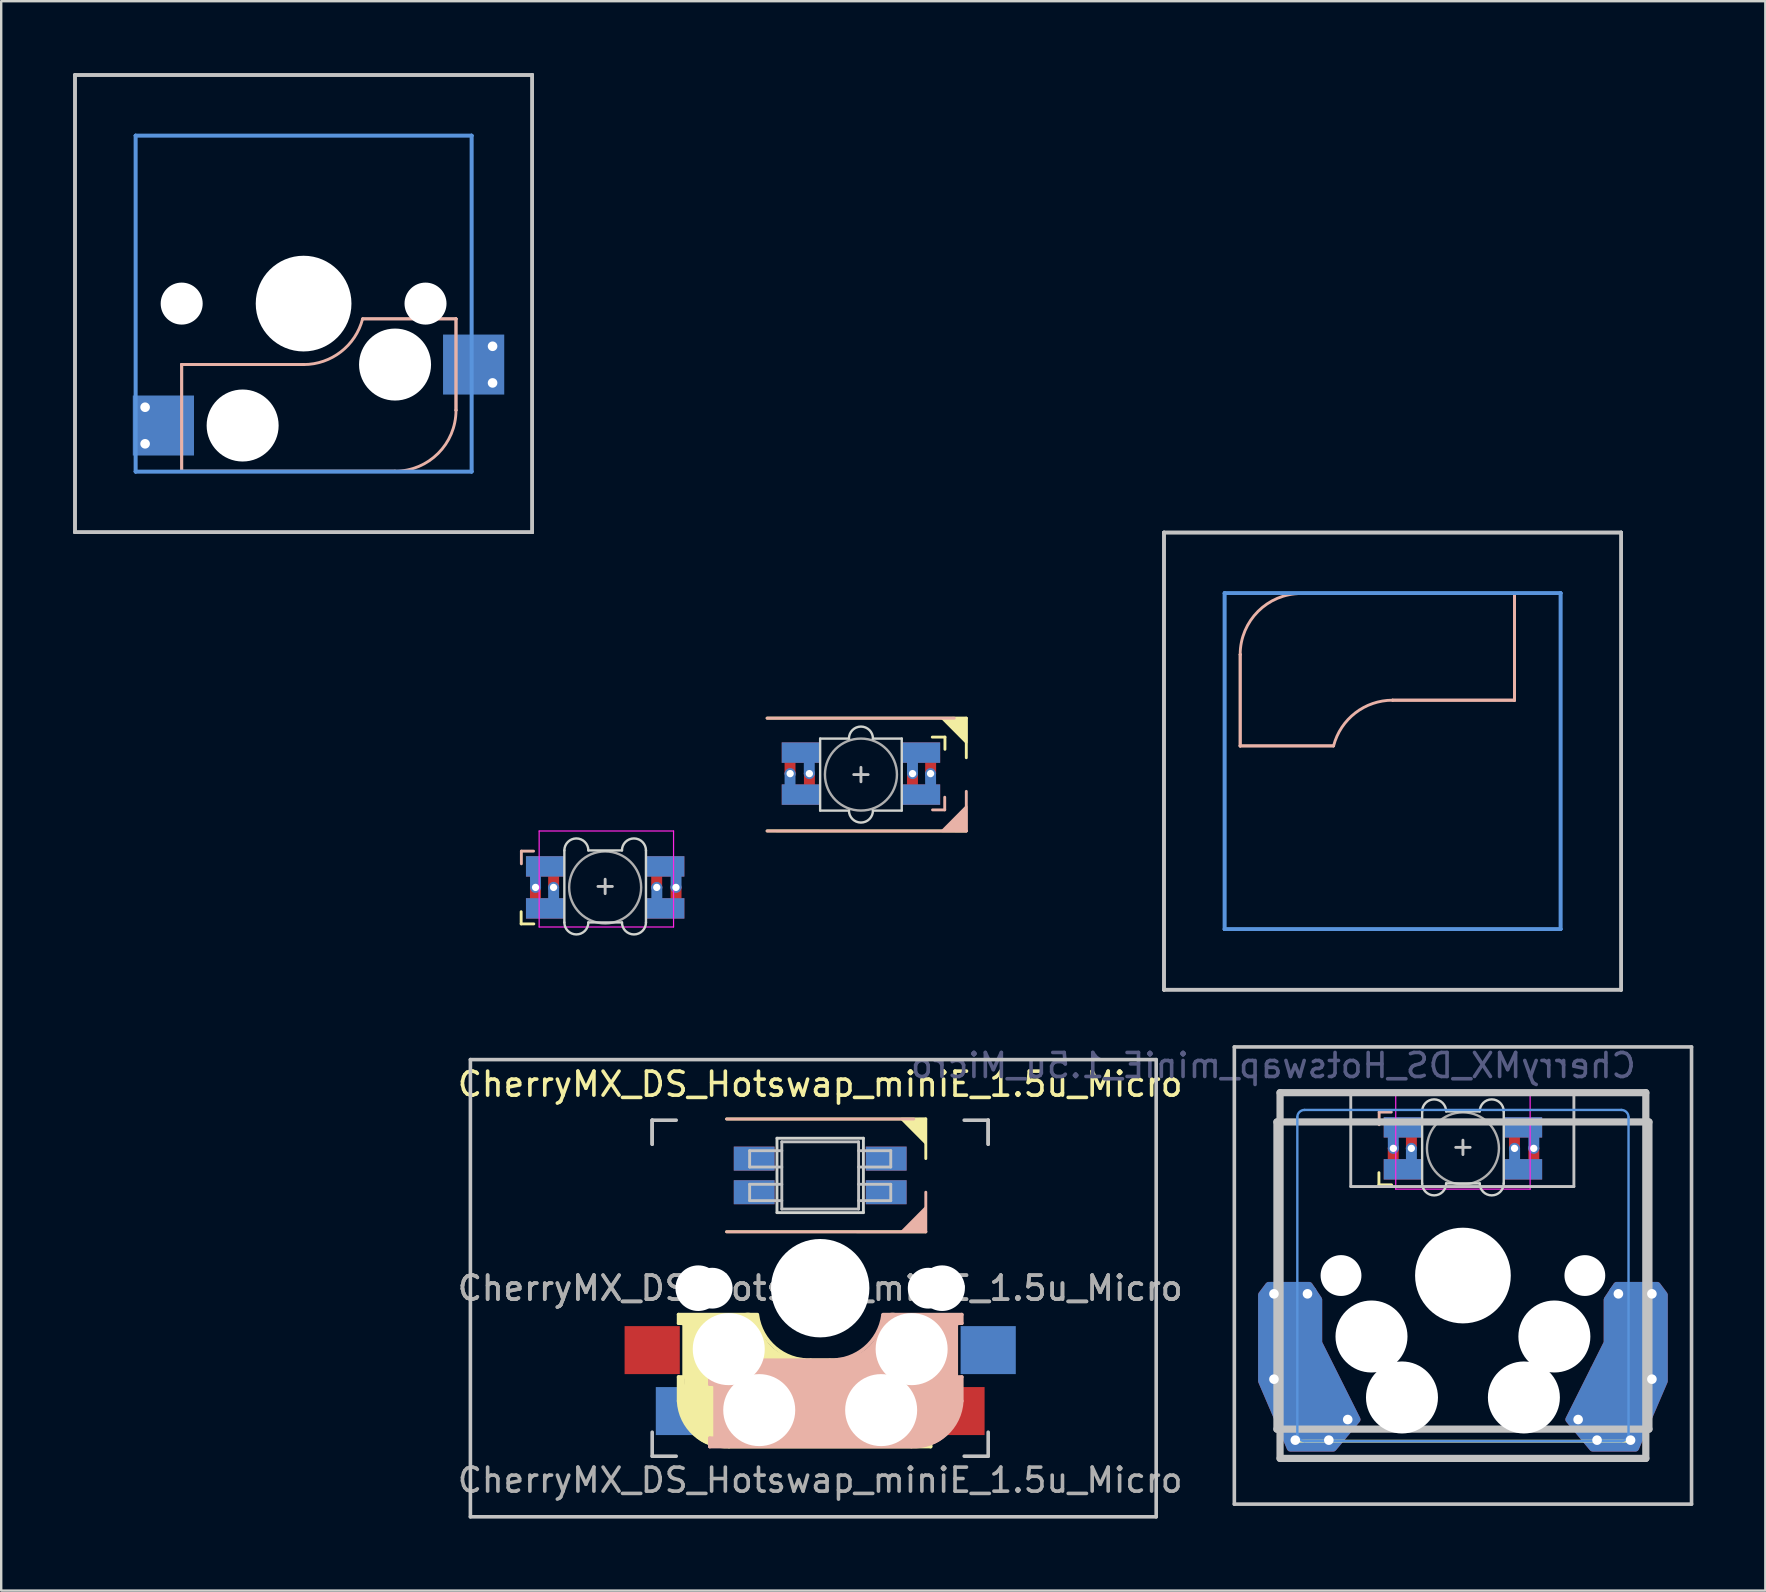
<source format=kicad_pcb>
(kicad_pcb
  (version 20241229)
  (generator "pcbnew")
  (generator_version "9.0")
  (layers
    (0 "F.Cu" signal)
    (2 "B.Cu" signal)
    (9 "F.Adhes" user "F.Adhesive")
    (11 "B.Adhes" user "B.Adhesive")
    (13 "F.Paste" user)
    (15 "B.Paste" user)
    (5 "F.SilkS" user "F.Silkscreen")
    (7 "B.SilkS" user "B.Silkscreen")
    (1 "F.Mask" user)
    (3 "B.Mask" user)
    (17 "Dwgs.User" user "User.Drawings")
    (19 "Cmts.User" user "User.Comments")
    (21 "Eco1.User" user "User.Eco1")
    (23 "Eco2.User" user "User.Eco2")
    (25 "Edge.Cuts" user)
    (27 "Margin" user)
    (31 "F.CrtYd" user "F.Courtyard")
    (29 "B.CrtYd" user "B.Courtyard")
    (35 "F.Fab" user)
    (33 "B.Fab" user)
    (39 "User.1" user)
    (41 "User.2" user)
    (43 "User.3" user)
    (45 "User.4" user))
  (footprint "CherryMX_DS_Hotswap_miniE_1.5u_Micro"
    (layer "F.Cu")
    (at 31.125 50.625)
    (property "Reference" "CherryMX_DS_Hotswap_miniE_1.5u_Micro" (at 0 -8.5 180) (layer "F.SilkS") (effects (font (size 1 1) (thickness 0.15))))
    (attr through_hole)
    (fp_poly (pts (xy -10.71 -17.2) (xy -12.21 -17.2) (xy -12.21 -17.95) (xy -10.71 -17.95)) (stroke (width 0.1) (type solid)) (fill yes) (layer "F.Mask"))
    (fp_poly (pts (xy -5.71 -17.2) (xy -7.21 -17.2) (xy -7.21 -17.95) (xy -5.71 -17.95)) (stroke (width 0.1) (type solid)) (fill yes) (layer "F.Mask"))
    (fp_poly (pts (xy -5.71 -15.45) (xy -7.21 -15.45) (xy -7.21 -16.2) (xy -5.71 -16.2)) (stroke (width 0.1) (type solid)) (fill yes) (layer "F.Mask"))
    (fp_poly (pts (xy -1.552 -22.691) (xy -0.052 -22.691) (xy -0.052 -21.941) (xy -1.552 -21.941)) (stroke (width 0.1) (type solid)) (fill yes) (layer "F.Mask"))
    (fp_poly (pts (xy -1.552 -20.941) (xy -0.052 -20.941) (xy -0.052 -20.191) (xy -1.552 -20.191)) (stroke (width 0.1) (type solid)) (fill yes) (layer "F.Mask"))
    (fp_poly (pts (xy 3.448 -20.941) (xy 4.948 -20.941) (xy 4.948 -20.191) (xy 3.448 -20.191)) (stroke (width 0.1) (type solid)) (fill yes) (layer "F.Mask"))
    (fp_poly (pts (xy 25.031 -6.327) (xy 23.531 -6.327) (xy 23.531 -7.077) (xy 25.031 -7.077)) (stroke (width 0.1) (type solid)) (fill yes) (layer "F.Mask"))
    (fp_poly (pts (xy 30.031 -6.327) (xy 28.531 -6.327) (xy 28.531 -7.077) (xy 30.031 -7.077)) (stroke (width 0.1) (type solid)) (fill yes) (layer "F.Mask"))
    (fp_poly (pts (xy 30.031 -4.577) (xy 28.531 -4.577) (xy 28.531 -5.327) (xy 30.031 -5.327)) (stroke (width 0.1) (type solid)) (fill yes) (layer "F.Mask"))
    (fp_poly (pts (xy -10.71 -15.45) (xy -11.81 -15.45) (xy -12.21 -15.85) (xy -12.21 -16.2) (xy -10.71 -16.2)) (stroke (width 0.1) (type solid)) (fill yes) (layer "F.Mask"))
    (fp_poly (pts (xy 3.448 -22.691) (xy 4.548 -22.691) (xy 4.948 -22.291) (xy 4.948 -21.941) (xy 3.448 -21.941)) (stroke (width 0.1) (type solid)) (fill yes) (layer "F.Mask"))
    (fp_poly (pts (xy 25.031 -4.577) (xy 23.931 -4.577) (xy 23.531 -4.977) (xy 23.531 -5.327) (xy 25.031 -5.327)) (stroke (width 0.1) (type solid)) (fill yes) (layer "F.Mask"))
    (fp_poly (pts (xy -10.71 -15.45) (xy -12.21 -15.45) (xy -12.21 -16.2) (xy -10.71 -16.2)) (stroke (width 0.1) (type solid)) (fill yes) (layer "B.Mask"))
    (fp_poly (pts (xy -5.71 -17.2) (xy -7.21 -17.2) (xy -7.21 -17.95) (xy -5.71 -17.95)) (stroke (width 0.1) (type solid)) (fill yes) (layer "B.Mask"))
    (fp_poly (pts (xy -5.71 -15.45) (xy -7.21 -15.45) (xy -7.21 -16.2) (xy -5.71 -16.2)) (stroke (width 0.1) (type solid)) (fill yes) (layer "B.Mask"))
    (fp_poly (pts (xy -1.552 -22.691) (xy -0.052 -22.691) (xy -0.052 -21.941) (xy -1.552 -21.941)) (stroke (width 0.1) (type solid)) (fill yes) (layer "B.Mask"))
    (fp_poly (pts (xy -1.552 -20.941) (xy -0.052 -20.941) (xy -0.052 -20.191) (xy -1.552 -20.191)) (stroke (width 0.1) (type solid)) (fill yes) (layer "B.Mask"))
    (fp_poly (pts (xy 3.448 -22.691) (xy 4.948 -22.691) (xy 4.948 -21.941) (xy 3.448 -21.941)) (stroke (width 0.1) (type solid)) (fill yes) (layer "B.Mask"))
    (fp_poly (pts (xy 25.031 -4.577) (xy 23.531 -4.577) (xy 23.531 -5.327) (xy 25.031 -5.327)) (stroke (width 0.1) (type solid)) (fill yes) (layer "B.Mask"))
    (fp_poly (pts (xy 30.031 -6.327) (xy 28.531 -6.327) (xy 28.531 -7.077) (xy 30.031 -7.077)) (stroke (width 0.1) (type solid)) (fill yes) (layer "B.Mask"))
    (fp_poly (pts (xy 30.031 -4.577) (xy 28.531 -4.577) (xy 28.531 -5.327) (xy 30.031 -5.327)) (stroke (width 0.1) (type solid)) (fill yes) (layer "B.Mask"))
    (fp_poly (pts (xy -10.71 -17.2) (xy -12.21 -17.2) (xy -12.21 -17.525) (xy -11.81 -17.95) (xy -10.71 -17.95)) (stroke (width 0.1) (type solid)) (fill yes) (layer "B.Mask"))
    (fp_poly (pts (xy 3.448 -20.941) (xy 4.948 -20.941) (xy 4.948 -20.616) (xy 4.548 -20.191) (xy 3.448 -20.191)) (stroke (width 0.1) (type solid)) (fill yes) (layer "B.Mask"))
    (fp_poly (pts (xy 25.031 -6.327) (xy 23.531 -6.327) (xy 23.531 -6.652) (xy 23.931 -7.077) (xy 25.031 -7.077)) (stroke (width 0.1) (type solid)) (fill yes) (layer "B.Mask"))
    (fp_line (start -12.46 -15.687) (end -12.46 -15.179) (stroke (width 0.12) (type solid)) (layer "F.SilkS"))
    (fp_line (start -12.46 -15.179) (end -11.932 -15.179) (stroke (width 0.12) (type solid)) (layer "F.SilkS"))
    (fp_line (start -5.9 1.1) (end -5.9 1.46) (stroke (width 0.15) (type solid)) (layer "F.SilkS"))
    (fp_line (start -5.9 1.1) (end -2.62 1.1) (stroke (width 0.15) (type solid)) (layer "F.SilkS"))
    (fp_line (start -5.9 3.7) (end -5.7 3.7) (stroke (width 0.15) (type solid)) (layer "F.SilkS"))
    (fp_line (start -5.9 4.7) (end -5.9 3.7) (stroke (width 0.15) (type solid)) (layer "F.SilkS"))
    (fp_line (start -5.8 3.8) (end -5.8 4.7) (stroke (width 0.3) (type solid)) (layer "F.SilkS"))
    (fp_line (start -5.7 1.3) (end -3 1.3) (stroke (width 0.5) (type solid)) (layer "F.SilkS"))
    (fp_line (start -5.7 1.46) (end -5.9 1.46) (stroke (width 0.15) (type solid)) (layer "F.SilkS"))
    (fp_line (start -5.67 3.7) (end -5.67 1.46) (stroke (width 0.15) (type solid)) (layer "F.SilkS"))
    (fp_line (start -5.3 1.6) (end -5.3 3.4) (stroke (width 0.8) (type solid)) (layer "F.SilkS"))
    (fp_line (start -4.17 5.1) (end -4.17 2.86) (stroke (width 3) (type solid)) (layer "F.SilkS"))
    (fp_line (start -3.9 -7.052) (end 4.4 -7.052) (stroke (width 0.12) (type solid)) (layer "F.SilkS"))
    (fp_line (start -2.212 -23.753) (end 6.088 -23.753) (stroke (width 0.12) (type solid)) (layer "F.SilkS"))
    (fp_line (start -0.4 3) (end 4.6 3) (stroke (width 0.15) (type solid)) (layer "F.SilkS"))
    (fp_line (start 2.6 4.8) (end -4.1 4.8) (stroke (width 3.5) (type solid)) (layer "F.SilkS"))
    (fp_line (start 3.9 6) (end 3.9 3.5) (stroke (width 1) (type solid)) (layer "F.SilkS"))
    (fp_line (start 4.3 3.3) (end 2.9 3.3) (stroke (width 0.5) (type solid)) (layer "F.SilkS"))
    (fp_line (start 4.38 4) (end 4.38 6.25) (stroke (width 0.15) (type solid)) (layer "F.SilkS"))
    (fp_line (start 4.4 -7.052) (end 4.4 -5.401) (stroke (width 0.12) (type solid)) (layer "F.SilkS"))
    (fp_line (start 4.4 -2.349) (end -3.9 -2.352) (stroke (width 0.12) (type solid)) (layer "F.SilkS"))
    (fp_line (start 4.4 3.9) (end 4.4 3.2) (stroke (width 0.4) (type solid)) (layer "F.SilkS"))
    (fp_line (start 4.4 6.25) (end 4.6 6.25) (stroke (width 0.15) (type solid)) (layer "F.SilkS"))
    (fp_line (start 4.4 6.4) (end 3 6.4) (stroke (width 0.4) (type solid)) (layer "F.SilkS"))
    (fp_line (start 4.6 3) (end 4.6 4) (stroke (width 0.15) (type solid)) (layer "F.SilkS"))
    (fp_line (start 4.6 4) (end 4.4 4) (stroke (width 0.15) (type solid)) (layer "F.SilkS"))
    (fp_line (start 4.6 6.25) (end 4.6 6.6) (stroke (width 0.15) (type solid)) (layer "F.SilkS"))
    (fp_line (start 4.6 6.6) (end -3.8 6.6) (stroke (width 0.15) (type solid)) (layer "F.SilkS"))
    (fp_line (start 5.198 -22.962) (end 4.67 -22.962) (stroke (width 0.12) (type solid)) (layer "F.SilkS"))
    (fp_line (start 5.198 -22.454) (end 5.198 -22.962) (stroke (width 0.12) (type solid)) (layer "F.SilkS"))
    (fp_line (start 6.088 -23.753) (end 6.088 -22.102) (stroke (width 0.12) (type solid)) (layer "F.SilkS"))
    (fp_line (start 6.088 -19.05) (end -2.212 -19.053) (stroke (width 0.12) (type solid)) (layer "F.SilkS"))
    (fp_line (start 19.881 6.373) (end 33.681 6.373) (stroke (width 0.12) (type solid)) (layer "F.SilkS"))
    (fp_line (start 23.281 -4.814) (end 23.281 -4.306) (stroke (width 0.12) (type solid)) (layer "F.SilkS"))
    (fp_line (start 23.281 -4.306) (end 23.808 -4.306) (stroke (width 0.12) (type solid)) (layer "F.SilkS"))
    (fp_arc (start -3.8 6.600001) (mid -5.243504 6.084925) (end -5.900001 4.7) (stroke (width 0.15) (type solid)) (layer "F.SilkS"))
    (fp_arc (start -0.8 3.4) (mid -2.268709 2.886118) (end -3.016318 1.521471) (stroke (width 1) (type solid)) (layer "F.SilkS"))
    (fp_arc (start -0.4 3) (mid -1.868709 2.486118) (end -2.616318 1.121471) (stroke (width 0.15) (type solid)) (layer "F.SilkS"))
    (fp_poly (pts (xy 3.392 -7.049) (xy 4.4 -7.052) (xy 4.4 -6.036)) (stroke (width 0.1) (type solid)) (fill yes) (layer "F.SilkS"))
    (fp_poly (pts (xy 5.08 -23.75) (xy 6.088 -23.753) (xy 6.088 -22.737)) (stroke (width 0.1) (type solid)) (fill yes) (layer "F.SilkS"))
    (fp_line (start -26.605 -38.485) (end -26.605 -38.485) (stroke (width 0.12) (type solid)) (layer "B.SilkS"))
    (fp_line (start -26.605 -38.485) (end -26.605 -38.485) (stroke (width 0.12) (type solid)) (layer "B.SilkS"))
    (fp_line (start -26.605 -38.485) (end -26.605 -34.04) (stroke (width 0.12) (type solid)) (layer "B.SilkS"))
    (fp_line (start -26.605 -38.485) (end -21.525 -38.485) (stroke (width 0.12) (type solid)) (layer "B.SilkS"))
    (fp_line (start -26.605 -34.04) (end -26.605 -38.485) (stroke (width 0.12) (type solid)) (layer "B.SilkS"))
    (fp_line (start -26.605 -34.04) (end -26.605 -34.04) (stroke (width 0.12) (type solid)) (layer "B.SilkS"))
    (fp_line (start -26.605 -34.04) (end -26.605 -34.04) (stroke (width 0.12) (type solid)) (layer "B.SilkS"))
    (fp_line (start -26.605 -34.04) (end -17.715 -34.04) (stroke (width 0.12) (type solid)) (layer "B.SilkS"))
    (fp_line (start -21.525 -38.485) (end -26.605 -38.485) (stroke (width 0.12) (type solid)) (layer "B.SilkS"))
    (fp_line (start -21.525 -38.485) (end -21.525 -38.485) (stroke (width 0.12) (type solid)) (layer "B.SilkS"))
    (fp_line (start -19.061 -40.39) (end -19.061 -40.39) (stroke (width 0.12) (type solid)) (layer "B.SilkS"))
    (fp_line (start -19.061 -40.39) (end -15.175 -40.39) (stroke (width 0.12) (type solid)) (layer "B.SilkS"))
    (fp_line (start -17.715 -34.04) (end -26.605 -34.04) (stroke (width 0.12) (type solid)) (layer "B.SilkS"))
    (fp_line (start -17.715 -34.04) (end -17.715 -34.04) (stroke (width 0.12) (type solid)) (layer "B.SilkS"))
    (fp_line (start -15.175 -40.39) (end -19.061 -40.39) (stroke (width 0.12) (type solid)) (layer "B.SilkS"))
    (fp_line (start -15.175 -40.39) (end -15.175 -40.39) (stroke (width 0.12) (type solid)) (layer "B.SilkS"))
    (fp_line (start -15.175 -40.39) (end -15.175 -40.39) (stroke (width 0.12) (type solid)) (layer "B.SilkS"))
    (fp_line (start -15.175 -40.39) (end -15.175 -36.58) (stroke (width 0.12) (type solid)) (layer "B.SilkS"))
    (fp_line (start -15.175 -36.58) (end -15.175 -40.39) (stroke (width 0.12) (type solid)) (layer "B.SilkS"))
    (fp_line (start -15.175 -36.58) (end -15.175 -36.58) (stroke (width 0.12) (type solid)) (layer "B.SilkS"))
    (fp_line (start -12.451 -18.211) (end -12.451 -17.683) (stroke (width 0.12) (type solid)) (layer "B.SilkS"))
    (fp_line (start -11.943 -18.211) (end -12.451 -18.211) (stroke (width 0.12) (type solid)) (layer "B.SilkS"))
    (fp_line (start -4.6 3) (end -4.6 4) (stroke (width 0.15) (type solid)) (layer "B.SilkS"))
    (fp_line (start -4.6 4) (end -4.4 4) (stroke (width 0.15) (type solid)) (layer "B.SilkS"))
    (fp_line (start -4.6 6.25) (end -4.6 6.6) (stroke (width 0.15) (type solid)) (layer "B.SilkS"))
    (fp_line (start -4.6 6.6) (end 3.8 6.6) (stroke (width 0.15) (type solid)) (layer "B.SilkS"))
    (fp_line (start -4.4 3.9) (end -4.4 3.2) (stroke (width 0.4) (type solid)) (layer "B.SilkS"))
    (fp_line (start -4.4 6.25) (end -4.6 6.25) (stroke (width 0.15) (type solid)) (layer "B.SilkS"))
    (fp_line (start -4.4 6.4) (end -3 6.4) (stroke (width 0.4) (type solid)) (layer "B.SilkS"))
    (fp_line (start -4.38 4) (end -4.38 6.25) (stroke (width 0.15) (type solid)) (layer "B.SilkS"))
    (fp_line (start -4.3 3.3) (end -2.9 3.3) (stroke (width 0.5) (type solid)) (layer "B.SilkS"))
    (fp_line (start -3.9 -2.349) (end 4.4 -2.349) (stroke (width 0.12) (type solid)) (layer "B.SilkS"))
    (fp_line (start -3.9 6) (end -3.9 3.5) (stroke (width 1) (type solid)) (layer "B.SilkS"))
    (fp_line (start -2.6 4.8) (end 4.1 4.8) (stroke (width 3.5) (type solid)) (layer "B.SilkS"))
    (fp_line (start -2.212 -19.05) (end 6.088 -19.05) (stroke (width 0.12) (type solid)) (layer "B.SilkS"))
    (fp_line (start 0.4 3) (end -4.6 3) (stroke (width 0.15) (type solid)) (layer "B.SilkS"))
    (fp_line (start 3.9 -7.049) (end -3.9 -7.049) (stroke (width 0.12) (type solid)) (layer "B.SilkS"))
    (fp_line (start 4.17 5.1) (end 4.17 2.86) (stroke (width 3) (type solid)) (layer "B.SilkS"))
    (fp_line (start 4.4 -2.349) (end 4.4 -4) (stroke (width 0.12) (type solid)) (layer "B.SilkS"))
    (fp_line (start 4.681 -19.93) (end 5.189 -19.93) (stroke (width 0.12) (type solid)) (layer "B.SilkS"))
    (fp_line (start 5.189 -19.93) (end 5.189 -20.458) (stroke (width 0.12) (type solid)) (layer "B.SilkS"))
    (fp_line (start 5.3 1.6) (end 5.3 3.4) (stroke (width 0.8) (type solid)) (layer "B.SilkS"))
    (fp_line (start 5.588 -23.75) (end -2.212 -23.75) (stroke (width 0.12) (type solid)) (layer "B.SilkS"))
    (fp_line (start 5.67 3.7) (end 5.67 1.46) (stroke (width 0.15) (type solid)) (layer "B.SilkS"))
    (fp_line (start 5.7 1.3) (end 3 1.3) (stroke (width 0.5) (type solid)) (layer "B.SilkS"))
    (fp_line (start 5.7 1.46) (end 5.9 1.46) (stroke (width 0.15) (type solid)) (layer "B.SilkS"))
    (fp_line (start 5.8 3.8) (end 5.8 4.7) (stroke (width 0.3) (type solid)) (layer "B.SilkS"))
    (fp_line (start 5.9 1.1) (end 2.62 1.1) (stroke (width 0.15) (type solid)) (layer "B.SilkS"))
    (fp_line (start 5.9 1.1) (end 5.9 1.46) (stroke (width 0.15) (type solid)) (layer "B.SilkS"))
    (fp_line (start 5.9 3.7) (end 5.7 3.7) (stroke (width 0.15) (type solid)) (layer "B.SilkS"))
    (fp_line (start 5.9 4.7) (end 5.9 3.7) (stroke (width 0.15) (type solid)) (layer "B.SilkS"))
    (fp_line (start 6.088 -19.05) (end 6.088 -20.701) (stroke (width 0.12) (type solid)) (layer "B.SilkS"))
    (fp_line (start 17.5 -26.405) (end 17.5 -26.405) (stroke (width 0.12) (type solid)) (layer "B.SilkS"))
    (fp_line (start 17.5 -26.405) (end 17.5 -22.595) (stroke (width 0.12) (type solid)) (layer "B.SilkS"))
    (fp_line (start 17.5 -22.595) (end 17.5 -26.405) (stroke (width 0.12) (type solid)) (layer "B.SilkS"))
    (fp_line (start 17.5 -22.595) (end 17.5 -22.595) (stroke (width 0.12) (type solid)) (layer "B.SilkS"))
    (fp_line (start 17.5 -22.595) (end 17.5 -22.595) (stroke (width 0.12) (type solid)) (layer "B.SilkS"))
    (fp_line (start 17.5 -22.595) (end 21.386 -22.595) (stroke (width 0.12) (type solid)) (layer "B.SilkS"))
    (fp_line (start 20.04 -28.945) (end 20.04 -28.945) (stroke (width 0.12) (type solid)) (layer "B.SilkS"))
    (fp_line (start 20.04 -28.945) (end 28.93 -28.945) (stroke (width 0.12) (type solid)) (layer "B.SilkS"))
    (fp_line (start 21.386 -22.595) (end 17.5 -22.595) (stroke (width 0.12) (type solid)) (layer "B.SilkS"))
    (fp_line (start 21.386 -22.595) (end 21.386 -22.595) (stroke (width 0.12) (type solid)) (layer "B.SilkS"))
    (fp_line (start 23.29 -7.338) (end 23.29 -6.811) (stroke (width 0.12) (type solid)) (layer "B.SilkS"))
    (fp_line (start 23.798 -7.338) (end 23.29 -7.338) (stroke (width 0.12) (type solid)) (layer "B.SilkS"))
    (fp_line (start 23.85 -24.5) (end 23.85 -24.5) (stroke (width 0.12) (type solid)) (layer "B.SilkS"))
    (fp_line (start 23.85 -24.5) (end 28.93 -24.5) (stroke (width 0.12) (type solid)) (layer "B.SilkS"))
    (fp_line (start 28.93 -28.945) (end 20.04 -28.945) (stroke (width 0.12) (type solid)) (layer "B.SilkS"))
    (fp_line (start 28.93 -28.945) (end 28.93 -28.945) (stroke (width 0.12) (type solid)) (layer "B.SilkS"))
    (fp_line (start 28.93 -28.945) (end 28.93 -28.945) (stroke (width 0.12) (type solid)) (layer "B.SilkS"))
    (fp_line (start 28.93 -28.945) (end 28.93 -24.5) (stroke (width 0.12) (type solid)) (layer "B.SilkS"))
    (fp_line (start 28.93 -24.5) (end 23.85 -24.5) (stroke (width 0.12) (type solid)) (layer "B.SilkS"))
    (fp_line (start 28.93 -24.5) (end 28.93 -28.945) (stroke (width 0.12) (type solid)) (layer "B.SilkS"))
    (fp_line (start 28.93 -24.5) (end 28.93 -24.5) (stroke (width 0.12) (type solid)) (layer "B.SilkS"))
    (fp_line (start 28.93 -24.5) (end 28.93 -24.5) (stroke (width 0.12) (type solid)) (layer "B.SilkS"))
    (fp_arc (start -19.067019 -40.384744) (mid -19.971721 -39.015293) (end -21.525 -38.485) (stroke (width 0.12) (type solid)) (layer "B.SilkS"))
    (fp_arc (start -15.175 -36.58) (mid -15.918949 -34.783949) (end -17.715 -34.04) (stroke (width 0.12) (type solid)) (layer "B.SilkS"))
    (fp_arc (start 2.616318 1.121471) (mid 1.868709 2.486118) (end 0.4 3) (stroke (width 0.15) (type solid)) (layer "B.SilkS"))
    (fp_arc (start 3.016318 1.521471) (mid 2.268709 2.886118) (end 0.8 3.4) (stroke (width 1) (type solid)) (layer "B.SilkS"))
    (fp_arc (start 5.9 4.699999) (mid 5.243504 6.084924) (end 3.800001 6.6) (stroke (width 0.15) (type solid)) (layer "B.SilkS"))
    (fp_arc (start 17.5 -26.405) (mid 18.243949 -28.201051) (end 20.04 -28.945) (stroke (width 0.12) (type solid)) (layer "B.SilkS"))
    (fp_arc (start 21.392019 -22.600256) (mid 22.296721 -23.969707) (end 23.85 -24.5) (stroke (width 0.12) (type solid)) (layer "B.SilkS"))
    (fp_poly (pts (xy 4.4 -3.365) (xy 4.4 -2.349) (xy 3.392 -2.349)) (stroke (width 0.1) (type solid)) (fill yes) (layer "B.SilkS"))
    (fp_poly (pts (xy 6.088 -20.066) (xy 6.088 -19.05) (xy 5.08 -19.05)) (stroke (width 0.1) (type solid)) (fill yes) (layer "B.SilkS"))
    (fp_line (start -31.05 -50.55) (end -31.05 -50.55) (stroke (width 0.15) (type solid)) (layer "Dwgs.User"))
    (fp_line (start -31.05 -50.55) (end -31.05 -50.55) (stroke (width 0.15) (type solid)) (layer "Dwgs.User"))
    (fp_line (start -31.05 -50.55) (end -31.05 -31.5) (stroke (width 0.15) (type solid)) (layer "Dwgs.User"))
    (fp_line (start -31.05 -50.55) (end -12 -50.55) (stroke (width 0.15) (type solid)) (layer "Dwgs.User"))
    (fp_line (start -31.05 -31.5) (end -31.05 -50.55) (stroke (width 0.15) (type solid)) (layer "Dwgs.User"))
    (fp_line (start -31.05 -31.5) (end -31.05 -31.5) (stroke (width 0.15) (type solid)) (layer "Dwgs.User"))
    (fp_line (start -31.05 -31.5) (end -31.05 -31.5) (stroke (width 0.15) (type solid)) (layer "Dwgs.User"))
    (fp_line (start -31.05 -31.5) (end -12 -31.5) (stroke (width 0.15) (type solid)) (layer "Dwgs.User"))
    (fp_line (start -14.575 -9.525) (end 14 -9.525) (stroke (width 0.15) (type solid)) (layer "Dwgs.User"))
    (fp_line (start -14.575 9.525) (end -14.575 -9.525) (stroke (width 0.15) (type solid)) (layer "Dwgs.User"))
    (fp_line (start -12 -50.55) (end -31.05 -50.55) (stroke (width 0.15) (type solid)) (layer "Dwgs.User"))
    (fp_line (start -12 -50.55) (end -12 -50.55) (stroke (width 0.15) (type solid)) (layer "Dwgs.User"))
    (fp_line (start -12 -50.55) (end -12 -50.55) (stroke (width 0.15) (type solid)) (layer "Dwgs.User"))
    (fp_line (start -12 -50.55) (end -12 -31.5) (stroke (width 0.15) (type solid)) (layer "Dwgs.User"))
    (fp_line (start -12 -31.5) (end -31.05 -31.5) (stroke (width 0.15) (type solid)) (layer "Dwgs.User"))
    (fp_line (start -12 -31.5) (end -12 -50.55) (stroke (width 0.15) (type solid)) (layer "Dwgs.User"))
    (fp_line (start -12 -31.5) (end -12 -31.5) (stroke (width 0.15) (type solid)) (layer "Dwgs.User"))
    (fp_line (start -12 -31.5) (end -12 -31.5) (stroke (width 0.15) (type solid)) (layer "Dwgs.User"))
    (fp_line (start -8.96 -17.04) (end -8.96 -16.44) (stroke (width 0.12) (type solid)) (layer "Dwgs.User"))
    (fp_line (start -8.66 -16.74) (end -9.26 -16.74) (stroke (width 0.12) (type solid)) (layer "Dwgs.User"))
    (fp_line (start -7 -7) (end -7 -6) (stroke (width 0.15) (type solid)) (layer "Dwgs.User"))
    (fp_line (start -7 -7) (end -6 -7) (stroke (width 0.15) (type solid)) (layer "Dwgs.User"))
    (fp_line (start -7 -6) (end -7 -7) (stroke (width 0.15) (type solid)) (layer "Dwgs.User"))
    (fp_line (start -7 7) (end -7 6) (stroke (width 0.15) (type solid)) (layer "Dwgs.User"))
    (fp_line (start -7 7) (end -6 7) (stroke (width 0.15) (type solid)) (layer "Dwgs.User"))
    (fp_line (start -2.94 -5.729) (end -2.94 -5.049) (stroke (width 0.12) (type solid)) (layer "Dwgs.User"))
    (fp_line (start -2.94 -5.049) (end -1.6 -5.049) (stroke (width 0.12) (type solid)) (layer "Dwgs.User"))
    (fp_line (start -2.94 -4.329) (end -2.94 -3.649) (stroke (width 0.12) (type solid)) (layer "Dwgs.User"))
    (fp_line (start -2.94 -3.649) (end -1.6 -3.649) (stroke (width 0.12) (type solid)) (layer "Dwgs.User"))
    (fp_line (start -1.6 -5.729) (end -2.94 -5.729) (stroke (width 0.12) (type solid)) (layer "Dwgs.User"))
    (fp_line (start -1.6 -4.329) (end -2.94 -4.329) (stroke (width 0.12) (type solid)) (layer "Dwgs.User"))
    (fp_line (start -1.6 -3.299) (end -1.6 -6.099) (stroke (width 0.12) (type solid)) (layer "Dwgs.User"))
    (fp_line (start 1.398 -21.401) (end 1.998 -21.401) (stroke (width 0.12) (type solid)) (layer "Dwgs.User"))
    (fp_line (start 1.6 -6.099) (end -1.6 -6.099) (stroke (width 0.12) (type solid)) (layer "Dwgs.User"))
    (fp_line (start 1.6 -5.049) (end 2.94 -5.049) (stroke (width 0.12) (type solid)) (layer "Dwgs.User"))
    (fp_line (start 1.6 -3.649) (end 2.94 -3.649) (stroke (width 0.12) (type solid)) (layer "Dwgs.User"))
    (fp_line (start 1.6 -3.299) (end -1.6 -3.299) (stroke (width 0.12) (type solid)) (layer "Dwgs.User"))
    (fp_line (start 1.6 -3.299) (end 1.6 -6.099) (stroke (width 0.12) (type solid)) (layer "Dwgs.User"))
    (fp_line (start 1.698 -21.101) (end 1.698 -21.701) (stroke (width 0.12) (type solid)) (layer "Dwgs.User"))
    (fp_line (start 2.94 -5.729) (end 1.6 -5.729) (stroke (width 0.12) (type solid)) (layer "Dwgs.User"))
    (fp_line (start 2.94 -5.049) (end 2.94 -5.729) (stroke (width 0.12) (type solid)) (layer "Dwgs.User"))
    (fp_line (start 2.94 -4.329) (end 1.6 -4.329) (stroke (width 0.12) (type solid)) (layer "Dwgs.User"))
    (fp_line (start 2.94 -3.649) (end 2.94 -4.329) (stroke (width 0.12) (type solid)) (layer "Dwgs.User"))
    (fp_line (start 7 -7) (end 6 -7) (stroke (width 0.15) (type solid)) (layer "Dwgs.User"))
    (fp_line (start 7 -6) (end 7 -7) (stroke (width 0.15) (type solid)) (layer "Dwgs.User"))
    (fp_line (start 7 -6) (end 7 -7) (stroke (width 0.15) (type solid)) (layer "Dwgs.User"))
    (fp_line (start 7 6) (end 7 7) (stroke (width 0.15) (type solid)) (layer "Dwgs.User"))
    (fp_line (start 7 7) (end 6 7) (stroke (width 0.15) (type solid)) (layer "Dwgs.User"))
    (fp_line (start 14 -9.525) (end 14 9.525) (stroke (width 0.15) (type solid)) (layer "Dwgs.User"))
    (fp_line (start 14 9.525) (end -14.575 9.525) (stroke (width 0.15) (type solid)) (layer "Dwgs.User"))
    (fp_line (start 14.325 -31.485) (end 14.325 -31.485) (stroke (width 0.15) (type solid)) (layer "Dwgs.User"))
    (fp_line (start 14.325 -31.485) (end 14.325 -31.485) (stroke (width 0.15) (type solid)) (layer "Dwgs.User"))
    (fp_line (start 14.325 -31.485) (end 14.325 -12.435) (stroke (width 0.15) (type solid)) (layer "Dwgs.User"))
    (fp_line (start 14.325 -31.485) (end 33.375 -31.485) (stroke (width 0.15) (type solid)) (layer "Dwgs.User"))
    (fp_line (start 14.325 -12.435) (end 14.325 -31.485) (stroke (width 0.15) (type solid)) (layer "Dwgs.User"))
    (fp_line (start 14.325 -12.435) (end 14.325 -12.435) (stroke (width 0.15) (type solid)) (layer "Dwgs.User"))
    (fp_line (start 14.325 -12.435) (end 14.325 -12.435) (stroke (width 0.15) (type solid)) (layer "Dwgs.User"))
    (fp_line (start 14.325 -12.435) (end 33.375 -12.435) (stroke (width 0.15) (type solid)) (layer "Dwgs.User"))
    (fp_line (start 17.256 -10.052) (end 36.306 -10.052) (stroke (width 0.15) (type solid)) (layer "Dwgs.User"))
    (fp_line (start 17.256 8.998) (end 17.256 -10.052) (stroke (width 0.15) (type solid)) (layer "Dwgs.User"))
    (fp_line (start 19.031 -6.927) (end 19.031 5.873) (stroke (width 0.3) (type solid)) (layer "Dwgs.User"))
    (fp_line (start 19.031 5.873) (end 34.531 5.873) (stroke (width 0.3) (type solid)) (layer "Dwgs.User"))
    (fp_line (start 19.161 -8.147) (end 34.401 -8.147) (stroke (width 0.3) (type solid)) (layer "Dwgs.User"))
    (fp_line (start 19.161 7.093) (end 19.161 -8.147) (stroke (width 0.3) (type solid)) (layer "Dwgs.User"))
    (fp_line (start 22.107 -4.236) (end 22.107 -8.198) (stroke (width 0.12) (type solid)) (layer "Dwgs.User"))
    (fp_line (start 22.107 -4.236) (end 31.404 -4.236) (stroke (width 0.12) (type solid)) (layer "Dwgs.User"))
    (fp_line (start 26.781 -6.167) (end 26.781 -5.567) (stroke (width 0.12) (type solid)) (layer "Dwgs.User"))
    (fp_line (start 27.081 -5.867) (end 26.481 -5.867) (stroke (width 0.12) (type solid)) (layer "Dwgs.User"))
    (fp_line (start 31.404 -4.236) (end 31.404 -8.198) (stroke (width 0.12) (type solid)) (layer "Dwgs.User"))
    (fp_line (start 33.375 -31.485) (end 14.325 -31.485) (stroke (width 0.15) (type solid)) (layer "Dwgs.User"))
    (fp_line (start 33.375 -31.485) (end 33.375 -31.485) (stroke (width 0.15) (type solid)) (layer "Dwgs.User"))
    (fp_line (start 33.375 -31.485) (end 33.375 -31.485) (stroke (width 0.15) (type solid)) (layer "Dwgs.User"))
    (fp_line (start 33.375 -31.485) (end 33.375 -12.435) (stroke (width 0.15) (type solid)) (layer "Dwgs.User"))
    (fp_line (start 33.375 -12.435) (end 14.325 -12.435) (stroke (width 0.15) (type solid)) (layer "Dwgs.User"))
    (fp_line (start 33.375 -12.435) (end 33.375 -31.485) (stroke (width 0.15) (type solid)) (layer "Dwgs.User"))
    (fp_line (start 33.375 -12.435) (end 33.375 -12.435) (stroke (width 0.15) (type solid)) (layer "Dwgs.User"))
    (fp_line (start 33.375 -12.435) (end 33.375 -12.435) (stroke (width 0.15) (type solid)) (layer "Dwgs.User"))
    (fp_line (start 34.401 -8.147) (end 34.401 7.093) (stroke (width 0.3) (type solid)) (layer "Dwgs.User"))
    (fp_line (start 34.401 7.093) (end 19.161 7.093) (stroke (width 0.3) (type solid)) (layer "Dwgs.User"))
    (fp_line (start 34.531 -6.927) (end 19.031 -6.927) (stroke (width 0.3) (type solid)) (layer "Dwgs.User"))
    (fp_line (start 34.531 -6.927) (end 34.531 5.873) (stroke (width 0.3) (type solid)) (layer "Dwgs.User"))
    (fp_line (start 36.306 -10.052) (end 36.306 8.998) (stroke (width 0.15) (type solid)) (layer "Dwgs.User"))
    (fp_line (start 36.306 8.998) (end 17.256 8.998) (stroke (width 0.15) (type solid)) (layer "Dwgs.User"))
    (fp_line (start -28.525 -48.025) (end -28.525 -48.025) (stroke (width 0.15) (type solid)) (layer "Cmts.User"))
    (fp_line (start -28.525 -48.025) (end -28.525 -48.025) (stroke (width 0.15) (type solid)) (layer "Cmts.User"))
    (fp_line (start -28.525 -48.025) (end -28.525 -34.025) (stroke (width 0.15) (type solid)) (layer "Cmts.User"))
    (fp_line (start -28.525 -48.025) (end -14.525 -48.025) (stroke (width 0.15) (type solid)) (layer "Cmts.User"))
    (fp_line (start -28.525 -34.025) (end -28.525 -48.025) (stroke (width 0.15) (type solid)) (layer "Cmts.User"))
    (fp_line (start -28.525 -34.025) (end -28.525 -34.025) (stroke (width 0.15) (type solid)) (layer "Cmts.User"))
    (fp_line (start -28.525 -34.025) (end -28.525 -34.025) (stroke (width 0.15) (type solid)) (layer "Cmts.User"))
    (fp_line (start -28.525 -34.025) (end -14.525 -34.025) (stroke (width 0.15) (type solid)) (layer "Cmts.User"))
    (fp_line (start -14.525 -48.025) (end -28.525 -48.025) (stroke (width 0.15) (type solid)) (layer "Cmts.User"))
    (fp_line (start -14.525 -48.025) (end -14.525 -48.025) (stroke (width 0.15) (type solid)) (layer "Cmts.User"))
    (fp_line (start -14.525 -48.025) (end -14.525 -48.025) (stroke (width 0.15) (type solid)) (layer "Cmts.User"))
    (fp_line (start -14.525 -48.025) (end -14.525 -34.025) (stroke (width 0.15) (type solid)) (layer "Cmts.User"))
    (fp_line (start -14.525 -34.025) (end -28.525 -34.025) (stroke (width 0.15) (type solid)) (layer "Cmts.User"))
    (fp_line (start -14.525 -34.025) (end -14.525 -48.025) (stroke (width 0.15) (type solid)) (layer "Cmts.User"))
    (fp_line (start -14.525 -34.025) (end -14.525 -34.025) (stroke (width 0.15) (type solid)) (layer "Cmts.User"))
    (fp_line (start -14.525 -34.025) (end -14.525 -34.025) (stroke (width 0.15) (type solid)) (layer "Cmts.User"))
    (fp_line (start 16.85 -28.96) (end 16.85 -28.96) (stroke (width 0.15) (type solid)) (layer "Cmts.User"))
    (fp_line (start 16.85 -28.96) (end 16.85 -28.96) (stroke (width 0.15) (type solid)) (layer "Cmts.User"))
    (fp_line (start 16.85 -28.96) (end 16.85 -14.96) (stroke (width 0.15) (type solid)) (layer "Cmts.User"))
    (fp_line (start 16.85 -28.96) (end 30.85 -28.96) (stroke (width 0.15) (type solid)) (layer "Cmts.User"))
    (fp_line (start 16.85 -14.96) (end 16.85 -28.96) (stroke (width 0.15) (type solid)) (layer "Cmts.User"))
    (fp_line (start 16.85 -14.96) (end 16.85 -14.96) (stroke (width 0.15) (type solid)) (layer "Cmts.User"))
    (fp_line (start 16.85 -14.96) (end 16.85 -14.96) (stroke (width 0.15) (type solid)) (layer "Cmts.User"))
    (fp_line (start 16.85 -14.96) (end 30.85 -14.96) (stroke (width 0.15) (type solid)) (layer "Cmts.User"))
    (fp_line (start 19.881 -7.127) (end 19.881 6.073) (stroke (width 0.1) (type solid)) (layer "Cmts.User"))
    (fp_line (start 20.181 6.373) (end 33.381 6.373) (stroke (width 0.1) (type solid)) (layer "Cmts.User"))
    (fp_line (start 30.85 -28.96) (end 16.85 -28.96) (stroke (width 0.15) (type solid)) (layer "Cmts.User"))
    (fp_line (start 30.85 -28.96) (end 30.85 -28.96) (stroke (width 0.15) (type solid)) (layer "Cmts.User"))
    (fp_line (start 30.85 -28.96) (end 30.85 -28.96) (stroke (width 0.15) (type solid)) (layer "Cmts.User"))
    (fp_line (start 30.85 -28.96) (end 30.85 -14.96) (stroke (width 0.15) (type solid)) (layer "Cmts.User"))
    (fp_line (start 30.85 -14.96) (end 16.85 -14.96) (stroke (width 0.15) (type solid)) (layer "Cmts.User"))
    (fp_line (start 30.85 -14.96) (end 30.85 -28.96) (stroke (width 0.15) (type solid)) (layer "Cmts.User"))
    (fp_line (start 30.85 -14.96) (end 30.85 -14.96) (stroke (width 0.15) (type solid)) (layer "Cmts.User"))
    (fp_line (start 30.85 -14.96) (end 30.85 -14.96) (stroke (width 0.15) (type solid)) (layer "Cmts.User"))
    (fp_line (start 33.381 -7.427) (end 20.181 -7.427) (stroke (width 0.1) (type solid)) (layer "Cmts.User"))
    (fp_line (start 33.681 6.073) (end 33.681 -7.127) (stroke (width 0.1) (type solid)) (layer "Cmts.User"))
    (fp_arc (start 19.8808 -7.1273) (mid 19.968668 -7.339432) (end 20.1808 -7.4273) (stroke (width 0.1) (type solid)) (layer "Cmts.User"))
    (fp_arc (start 20.1808 6.3727) (mid 19.968668 6.284832) (end 19.8808 6.0727) (stroke (width 0.1) (type solid)) (layer "Cmts.User"))
    (fp_arc (start 33.3808 -7.4273) (mid 33.592932 -7.339432) (end 33.6808 -7.1273) (stroke (width 0.1) (type solid)) (layer "Cmts.User"))
    (fp_arc (start 33.6808 6.0727) (mid 33.592932 6.284832) (end 33.3808 6.3727) (stroke (width 0.1) (type solid)) (layer "Cmts.User"))
    (fp_line (start 19.831 6.123) (end 19.831 -7.177) (stroke (width 0.1) (type solid)) (layer "Eco1.User"))
    (fp_line (start 20.131 6.423) (end 33.431 6.423) (stroke (width 0.1) (type solid)) (layer "Eco1.User"))
    (fp_line (start 33.431 -7.477) (end 20.131 -7.477) (stroke (width 0.1) (type solid)) (layer "Eco1.User"))
    (fp_line (start 33.731 6.123) (end 33.731 -7.177) (stroke (width 0.1) (type solid)) (layer "Eco1.User"))
    (fp_arc (start 19.8308 -7.1773) (mid 19.918668 -7.389432) (end 20.1308 -7.4773) (stroke (width 0.1) (type solid)) (layer "Eco1.User"))
    (fp_arc (start 20.1308 6.4227) (mid 19.918668 6.334832) (end 19.8308 6.1227) (stroke (width 0.1) (type solid)) (layer "Eco1.User"))
    (fp_arc (start 33.4308 -7.4773) (mid 33.642932 -7.389432) (end 33.7308 -7.1773) (stroke (width 0.1) (type solid)) (layer "Eco1.User"))
    (fp_arc (start 33.7308 6.1227) (mid 33.642932 6.334832) (end 33.4308 6.4227) (stroke (width 0.1) (type solid)) (layer "Eco1.User"))
    (fp_line (start 17.781 -9.527) (end 35.781 -9.527) (stroke (width 0.12) (type solid)) (layer "Eco2.User"))
    (fp_line (start 17.781 8.473) (end 17.781 -9.527) (stroke (width 0.12) (type solid)) (layer "Eco2.User"))
    (fp_line (start 35.781 -9.527) (end 35.781 8.473) (stroke (width 0.12) (type solid)) (layer "Eco2.User"))
    (fp_line (start 35.781 8.473) (end 17.781 8.473) (stroke (width 0.12) (type solid)) (layer "Eco2.User"))
    (fp_line (start -10.66 -18.24) (end -10.66 -15.24) (stroke (width 0.1) (type solid)) (layer "Edge.Cuts"))
    (fp_line (start -8.26 -18.24) (end -9.66 -18.24) (stroke (width 0.1) (type solid)) (layer "Edge.Cuts"))
    (fp_line (start -8.26 -15.24) (end -9.66 -15.24) (stroke (width 0.1) (type solid)) (layer "Edge.Cuts"))
    (fp_line (start -7.26 -15.24) (end -7.26 -18.24) (stroke (width 0.1) (type solid)) (layer "Edge.Cuts"))
    (fp_line (start -1.8 -6.249) (end -1.8 -3.149) (stroke (width 0.12) (type solid)) (layer "Edge.Cuts"))
    (fp_line (start -1.8 -3.149) (end 1.8 -3.149) (stroke (width 0.12) (type solid)) (layer "Edge.Cuts"))
    (fp_line (start -0.002 -22.901) (end -0.002 -19.901) (stroke (width 0.1) (type solid)) (layer "Edge.Cuts"))
    (fp_line (start 1.198 -22.901) (end -0.002 -22.901) (stroke (width 0.1) (type solid)) (layer "Edge.Cuts"))
    (fp_line (start 1.198 -19.901) (end -0.002 -19.901) (stroke (width 0.1) (type solid)) (layer "Edge.Cuts"))
    (fp_line (start 1.8 -6.249) (end -1.8 -6.249) (stroke (width 0.12) (type solid)) (layer "Edge.Cuts"))
    (fp_line (start 1.8 -3.149) (end 1.8 -6.249) (stroke (width 0.12) (type solid)) (layer "Edge.Cuts"))
    (fp_line (start 2.198 -19.901) (end 3.398 -19.901) (stroke (width 0.1) (type solid)) (layer "Edge.Cuts"))
    (fp_line (start 3.398 -22.901) (end 2.198 -22.901) (stroke (width 0.1) (type solid)) (layer "Edge.Cuts"))
    (fp_line (start 3.398 -19.901) (end 3.398 -22.901) (stroke (width 0.1) (type solid)) (layer "Edge.Cuts"))
    (fp_line (start 25.081 -7.367) (end 25.081 -4.367) (stroke (width 0.1) (type solid)) (layer "Edge.Cuts"))
    (fp_line (start 27.481 -7.367) (end 26.081 -7.367) (stroke (width 0.1) (type solid)) (layer "Edge.Cuts"))
    (fp_line (start 27.481 -4.367) (end 26.081 -4.367) (stroke (width 0.1) (type solid)) (layer "Edge.Cuts"))
    (fp_line (start 28.481 -4.367) (end 28.481 -7.367) (stroke (width 0.1) (type solid)) (layer "Edge.Cuts"))
    (fp_arc (start -10.66 -18.24) (mid -10.16 -18.74) (end -9.66 -18.24) (stroke (width 0.1) (type solid)) (layer "Edge.Cuts"))
    (fp_arc (start -9.66 -15.24) (mid -10.16 -14.74) (end -10.66 -15.24) (stroke (width 0.1) (type solid)) (layer "Edge.Cuts"))
    (fp_arc (start -8.26 -18.24) (mid -7.76 -18.74) (end -7.26 -18.24) (stroke (width 0.1) (type solid)) (layer "Edge.Cuts"))
    (fp_arc (start -7.26 -15.24) (mid -7.76 -14.74) (end -8.26 -15.24) (stroke (width 0.1) (type solid)) (layer "Edge.Cuts"))
    (fp_arc (start 1.198 -22.901) (mid 1.698 -23.401) (end 2.198 -22.901) (stroke (width 0.1) (type solid)) (layer "Edge.Cuts"))
    (fp_arc (start 2.198 -19.901) (mid 1.698 -19.401) (end 1.198 -19.901) (stroke (width 0.1) (type solid)) (layer "Edge.Cuts"))
    (fp_arc (start 25.0808 -7.3673) (mid 25.5808 -7.8673) (end 26.0808 -7.3673) (stroke (width 0.1) (type solid)) (layer "Edge.Cuts"))
    (fp_arc (start 26.0808 -4.3673) (mid 25.5808 -3.8673) (end 25.0808 -4.3673) (stroke (width 0.1) (type solid)) (layer "Edge.Cuts"))
    (fp_arc (start 27.4808 -7.3673) (mid 27.9808 -7.8673) (end 28.4808 -7.3673) (stroke (width 0.1) (type solid)) (layer "Edge.Cuts"))
    (fp_arc (start 28.4808 -4.3673) (mid 27.9808 -3.8673) (end 27.4808 -4.3673) (stroke (width 0.1) (type solid)) (layer "Edge.Cuts"))
    (fp_line (start -11.71 -19.05) (end -11.71 -15.05) (stroke (width 0.05) (type solid)) (layer "F.CrtYd"))
    (fp_line (start -11.71 -15.05) (end -6.11 -15.05) (stroke (width 0.05) (type solid)) (layer "F.CrtYd"))
    (fp_line (start -6.11 -19.05) (end -11.71 -19.05) (stroke (width 0.05) (type solid)) (layer "F.CrtYd"))
    (fp_line (start -6.11 -15.05) (end -6.11 -19.05) (stroke (width 0.05) (type solid)) (layer "F.CrtYd"))
    (fp_line (start 23.981 -8.127) (end 23.981 -4.127) (stroke (width 0.05) (type solid)) (layer "F.CrtYd"))
    (fp_line (start 23.981 -4.127) (end 29.581 -4.127) (stroke (width 0.05) (type solid)) (layer "F.CrtYd"))
    (fp_line (start 29.581 -8.127) (end 23.981 -8.127) (stroke (width 0.05) (type solid)) (layer "F.CrtYd"))
    (fp_line (start 29.581 -4.127) (end 29.581 -8.127) (stroke (width 0.05) (type solid)) (layer "F.CrtYd"))
    (fp_circle (center -8.96 -16.7) (end -8.96 -15.2) (stroke (width 0.1) (type solid)) (fill no) (layer "F.Fab"))
    (fp_circle (center 1.698 -21.401) (end 1.698 -22.901) (stroke (width 0.1) (type solid)) (fill no) (layer "F.Fab"))
    (fp_circle (center 26.781 -5.827) (end 26.781 -4.327) (stroke (width 0.1) (type solid)) (fill no) (layer "F.Fab"))
    (fp_text user "${REFERENCE}" (at 18.881 -9.277 180) (layer "B.Fab") (effects (font (size 1 1) (thickness 0.15)) (justify mirror)))
    (fp_text user "${REFERENCE}" (at 0 0 180) (layer "F.Fab") (effects (font (size 1 1) (thickness 0.15))))
    (fp_text user "${REFERENCE}" (at 0 0 180) (layer "F.Fab") (effects (font (size 1 1) (thickness 0.15))))
    (fp_text user "${REFERENCE}" (at 0 8 180) (layer "F.Fab") (effects (font (size 1 1) (thickness 0.15))))
    (pad "" np_thru_hole circle (at -26.605 -41.025 180) (size 1.75 1.75) (drill 1.75) (layers "*.Cu" "*.Mask"))
    (pad "" np_thru_hole circle (at -24.065 -35.945 180) (size 3 3) (drill 3) (layers "*.Cu" "*.Mask"))
    (pad "" np_thru_hole circle (at -21.525 -41.025 180) (size 3.988 3.988) (drill 3.988) (layers "*.Cu" "*.Mask"))
    (pad "" np_thru_hole circle (at -17.715 -38.485 180) (size 3 3) (drill 3) (layers "*.Cu" "*.Mask"))
    (pad "" np_thru_hole circle (at -16.445 -41.025 180) (size 1.75 1.75) (drill 1.75) (layers "*.Cu" "*.Mask"))
    (pad "" np_thru_hole circle (at -5.08 0 180) (size 1.9 1.9) (drill 1.9) (layers "*.Cu" "*.Mask"))
    (pad "" np_thru_hole circle (at -4.5 0 180) (size 1.7 1.7) (drill 1.7) (layers "*.Cu" "*.Mask"))
    (pad "" np_thru_hole circle (at -3.81 2.54) (size 3 3) (drill 3) (layers "*.Cu" "*.Mask"))
    (pad "" np_thru_hole circle (at -2.54 5.08) (size 3 3) (drill 3) (layers "*.Cu" "*.Mask"))
    (pad "" np_thru_hole circle (at 0 0 270) (size 4.1 4.1) (drill 4.1) (layers "*.Cu" "*.Mask"))
    (pad "" np_thru_hole circle (at 2.54 5.08) (size 3 3) (drill 3) (layers "*.Cu" "*.Mask"))
    (pad "" np_thru_hole circle (at 3.81 2.54) (size 3 3) (drill 3) (layers "*.Cu" "*.Mask"))
    (pad "" np_thru_hole circle (at 4.5 0 180) (size 1.7 1.7) (drill 1.7) (layers "*.Cu" "*.Mask"))
    (pad "" np_thru_hole circle (at 5.08 0 180) (size 1.9 1.9) (drill 1.9) (layers "*.Cu" "*.Mask"))
    (pad "" np_thru_hole circle (at 21.701 -0.527 180) (size 1.702 1.702) (drill 1.702) (layers "*.Cu" "*.Mask"))
    (pad "" np_thru_hole circle (at 22.971 2.013 180) (size 3 3) (drill 3) (layers "*.Cu" "*.Mask"))
    (pad "" np_thru_hole circle (at 24.241 4.553 180) (size 3 3) (drill 3) (layers "*.Cu" "*.Mask"))
    (pad "" np_thru_hole circle (at 26.781 -0.527 180) (size 3.988 3.988) (drill 3.988) (layers "*.Cu" "*.Mask"))
    (pad "" np_thru_hole circle (at 29.321 4.553 180) (size 3 3) (drill 3) (layers "*.Cu" "*.Mask"))
    (pad "" np_thru_hole circle (at 30.591 2.013 180) (size 3 3) (drill 3) (layers "*.Cu" "*.Mask"))
    (pad "" np_thru_hole circle (at 31.861 -0.527 180) (size 1.7 1.7) (drill 1.7) (layers "*.Cu" "*.Mask"))
    (pad "1" smd rect (at -14.44 -38.485 180) (size 2.55 2.5) (layers "B.Cu" "B.Mask" "B.Paste"))
    (pad "1" thru_hole circle (at -13.651 -39.247 180) (size 0.8 0.8) (drill 0.4) (layers "*.Cu" "*.Mask"))
    (pad "1" thru_hole circle (at -13.651 -37.72 180) (size 0.8 0.8) (drill 0.4) (layers "*.Cu" "*.Mask"))
    (pad "1" thru_hole circle (at -6.81 -16.7) (size 0.457 0.457) (drill 0.305) (layers "*.Cu"))
    (pad "1" smd custom (at -6.46 -17.575 180) (size 1.6 0.85) (layers "F.Cu") (options (anchor rect)) (primitives (gr_poly (pts (xy 0.531 -0.275) (xy 0.175 -0.275) (xy 0.175 -0.898) (xy 0.531 -0.898)) (width 0.1) (fill yes))))
    (pad "1" smd custom (at -6.46 -15.825 180) (size 1.6 0.85) (layers "B.Cu") (options (anchor rect)) (primitives (gr_poly (pts (xy 0.525 0.896) (xy 0.169 0.896) (xy 0.169 0.325) (xy 0.525 0.325)) (width 0.1) (fill yes))))
    (pad "1" smd rect (at -2.75 -5.399 180) (size 1.7 1) (layers "B.Cu" "B.Mask" "B.Paste"))
    (pad "1" smd rect (at -2.75 -3.999 180) (size 1.7 1) (layers "F.Cu" "F.Mask" "F.Paste"))
    (pad "1" smd custom (at -0.802 -22.316) (size 1.6 0.85) (layers "B.Cu") (options (anchor rect)) (primitives (gr_poly (pts (xy 0.525 0.896) (xy 0.169 0.896) (xy 0.169 0.325) (xy 0.525 0.325)) (width 0.1) (fill yes))))
    (pad "1" smd custom (at -0.802 -20.566) (size 1.6 0.85) (layers "F.Cu") (options (anchor rect)) (primitives (gr_poly (pts (xy 0.531 -0.275) (xy 0.175 -0.275) (xy 0.175 -0.898) (xy 0.531 -0.898)) (width 0.1) (fill yes))))
    (pad "1" thru_hole circle (at -0.452 -21.441 180) (size 0.457 0.457) (drill 0.305) (layers "*.Cu"))
    (pad "1" thru_hole circle (at 28.931 -5.827) (size 0.457 0.457) (drill 0.305) (layers "*.Cu"))
    (pad "1" smd custom (at 29.281 -6.702 180) (size 1.6 0.85) (layers "F.Cu") (options (anchor rect)) (primitives (gr_poly (pts (xy 0.531 -0.275) (xy 0.175 -0.275) (xy 0.175 -0.898) (xy 0.531 -0.898)) (width 0.1) (fill yes))))
    (pad "1" smd custom (at 29.281 -4.952 180) (size 1.6 0.85) (layers "B.Cu") (options (anchor rect)) (primitives (gr_poly (pts (xy 0.525 0.896) (xy 0.169 0.896) (xy 0.169 0.325) (xy 0.525 0.325)) (width 0.1) (fill yes))))
    (pad "2" thru_hole circle (at -28.129 -36.707 180) (size 0.8 0.8) (drill 0.4) (layers "*.Cu" "*.Mask"))
    (pad "2" thru_hole circle (at -28.129 -35.183 180) (size 0.8 0.8) (drill 0.4) (layers "*.Cu" "*.Mask"))
    (pad "2" smd rect (at -27.367 -35.945 180) (size 2.55 2.5) (layers "B.Cu" "B.Mask" "B.Paste"))
    (pad "2" smd custom (at -6.46 -17.575) (size 1.6 0.85) (layers "B.Cu") (options (anchor rect)) (primitives (gr_poly (pts (xy 0.632 0.888) (xy 0.277 0.888) (xy 0.277 0.325) (xy 0.632 0.325)) (width 0.1) (fill yes))))
    (pad "2" smd custom (at -6.46 -15.825) (size 1.6 0.85) (layers "F.Cu") (options (anchor rect)) (primitives (gr_poly (pts (xy 0.632 -0.296) (xy 0.277 -0.296) (xy 0.277 -0.869) (xy 0.632 -0.869)) (width 0.1) (fill yes))))
    (pad "2" thru_hole circle (at -6.01 -16.7) (size 0.457 0.457) (drill 0.305) (layers "*.Cu"))
    (pad "2" smd rect (at -2.75 -5.399 180) (size 1.7 1) (layers "F.Cu" "F.Mask" "F.Paste"))
    (pad "2" smd rect (at -2.75 -3.999 180) (size 1.7 1) (layers "B.Cu" "B.Mask" "B.Paste"))
    (pad "2" thru_hole circle (at -1.252 -21.441 180) (size 0.457 0.457) (drill 0.305) (layers "*.Cu"))
    (pad "2" smd custom (at -0.802 -22.316 180) (size 1.6 0.85) (layers "F.Cu") (options (anchor rect)) (primitives (gr_poly (pts (xy 0.632 -0.296) (xy 0.277 -0.296) (xy 0.277 -0.869) (xy 0.632 -0.869)) (width 0.1) (fill yes))))
    (pad "2" smd custom (at -0.802 -20.566 180) (size 1.6 0.85) (layers "B.Cu") (options (anchor rect)) (primitives (gr_poly (pts (xy 0.632 0.888) (xy 0.277 0.888) (xy 0.277 0.325) (xy 0.632 0.325)) (width 0.1) (fill yes))))
    (pad "2" smd custom (at 29.281 -6.702) (size 1.6 0.85) (layers "B.Cu") (options (anchor rect)) (primitives (gr_poly (pts (xy 0.632 0.888) (xy 0.277 0.888) (xy 0.277 0.325) (xy 0.632 0.325)) (width 0.1) (fill yes))))
    (pad "2" smd custom (at 29.281 -4.952) (size 1.6 0.85) (layers "F.Cu") (options (anchor rect)) (primitives (gr_poly (pts (xy 0.632 -0.296) (xy 0.277 -0.296) (xy 0.277 -0.869) (xy 0.632 -0.869)) (width 0.1) (fill yes))))
    (pad "2" thru_hole circle (at 29.731 -5.827) (size 0.457 0.457) (drill 0.305) (layers "*.Cu"))
    (pad "3" thru_hole circle (at -11.86 -16.7) (size 0.457 0.457) (drill 0.305) (layers "*.Cu"))
    (pad "3" smd custom (at -11.46 -17.575) (size 1.6 0.85) (layers "B.Cu") (options (anchor rect)) (primitives (gr_poly (pts (xy -0.222 0.888) (xy -0.578 0.888) (xy -0.582 0.325) (xy -0.226 0.325)) (width 0.1) (fill yes))))
    (pad "3" smd custom (at -11.46 -15.825) (size 1.6 0.85) (layers "F.Cu") (options (anchor rect)) (primitives (gr_poly (pts (xy -0.226 -0.354) (xy -0.582 -0.354) (xy -0.582 -0.887) (xy -0.226 -0.887)) (width 0.1) (fill yes))))
    (pad "3" smd rect (at 2.75 -5.399 180) (size 1.7 1) (layers "F.Cu" "F.Mask" "F.Paste"))
    (pad "3" smd rect (at 2.75 -3.999 180) (size 1.7 1) (layers "B.Cu" "B.Mask" "B.Paste"))
    (pad "3" smd custom (at 4.198 -22.316 180) (size 1.6 0.85) (layers "F.Cu") (options (anchor rect)) (primitives (gr_poly (pts (xy -0.226 -0.354) (xy -0.582 -0.354) (xy -0.582 -0.887) (xy -0.226 -0.887)) (width 0.1) (fill yes))))
    (pad "3" smd custom (at 4.198 -20.566 180) (size 1.6 0.85) (layers "B.Cu") (options (anchor rect)) (primitives (gr_poly (pts (xy -0.222 0.888) (xy -0.578 0.888) (xy -0.582 0.325) (xy -0.226 0.325)) (width 0.1) (fill yes))))
    (pad "3" thru_hole circle (at 4.598 -21.441 180) (size 0.457 0.457) (drill 0.305) (layers "*.Cu"))
    (pad "3" thru_hole circle (at 23.881 -5.827) (size 0.457 0.457) (drill 0.305) (layers "*.Cu"))
    (pad "3" smd custom (at 24.281 -6.702) (size 1.6 0.85) (layers "B.Cu") (options (anchor rect)) (primitives (gr_poly (pts (xy -0.222 0.888) (xy -0.578 0.888) (xy -0.582 0.325) (xy -0.226 0.325)) (width 0.1) (fill yes))))
    (pad "3" smd custom (at 24.281 -4.952) (size 1.6 0.85) (layers "F.Cu") (options (anchor rect)) (primitives (gr_poly (pts (xy -0.226 -0.354) (xy -0.582 -0.354) (xy -0.582 -0.887) (xy -0.226 -0.887)) (width 0.1) (fill yes))))
    (pad "4" smd custom (at -11.46 -17.575 180) (size 1.6 0.85) (layers "F.Cu") (options (anchor rect)) (primitives (gr_poly (pts (xy -0.175 -0.175) (xy -0.531 -0.178) (xy -0.531 -0.903) (xy -0.175 -0.906)) (width 0.1) (fill yes))))
    (pad "4" smd custom (at -11.46 -15.825 180) (size 1.6 0.85) (layers "B.Cu") (options (anchor rect)) (primitives (gr_poly (pts (xy -0.175 0.886) (xy -0.531 0.886) (xy -0.531 0.175) (xy -0.175 0.175)) (width 0.1) (fill yes))))
    (pad "4" thru_hole circle (at -11.11 -16.7) (size 0.457 0.457) (drill 0.305) (layers "*.Cu"))
    (pad "4" smd rect (at 2.75 -5.399 180) (size 1.7 1) (layers "B.Cu" "B.Mask" "B.Paste"))
    (pad "4" smd rect (at 2.75 -3.999 180) (size 1.7 1) (layers "F.Cu" "F.Mask" "F.Paste"))
    (pad "4" thru_hole circle (at 3.848 -21.441 180) (size 0.457 0.457) (drill 0.305) (layers "*.Cu"))
    (pad "4" smd custom (at 4.198 -22.316) (size 1.6 0.85) (layers "B.Cu") (options (anchor rect)) (primitives (gr_poly (pts (xy -0.175 0.886) (xy -0.531 0.886) (xy -0.531 0.175) (xy -0.175 0.175)) (width 0.1) (fill yes))))
    (pad "4" smd custom (at 4.198 -20.566) (size 1.6 0.85) (layers "F.Cu") (options (anchor rect)) (primitives (gr_poly (pts (xy -0.175 -0.175) (xy -0.531 -0.178) (xy -0.531 -0.903) (xy -0.175 -0.906)) (width 0.1) (fill yes))))
    (pad "4" smd custom (at 24.281 -6.702 180) (size 1.6 0.85) (layers "F.Cu") (options (anchor rect)) (primitives (gr_poly (pts (xy -0.175 -0.175) (xy -0.531 -0.178) (xy -0.531 -0.903) (xy -0.175 -0.906)) (width 0.1) (fill yes))))
    (pad "4" smd custom (at 24.281 -4.952 180) (size 1.6 0.85) (layers "B.Cu") (options (anchor rect)) (primitives (gr_poly (pts (xy -0.175 0.886) (xy -0.531 0.886) (xy -0.531 0.175) (xy -0.175 0.175)) (width 0.1) (fill yes))))
    (pad "4" thru_hole circle (at 24.631 -5.827) (size 0.457 0.457) (drill 0.305) (layers "*.Cu"))
    (pad "5" smd rect (at -5.7 5.12) (size 2.3 2) (layers "B.Cu" "B.Mask" "B.Paste"))
    (pad "5" smd rect (at 5.7 5.12) (size 2.3 2) (layers "F.Cu" "F.Mask" "F.Paste"))
    (pad "5" thru_hole circle (at 31.581 5.473 180) (size 0.8 0.8) (drill 0.4) (layers "*.Cu"))
    (pad "5" thru_hole circle (at 32.369 6.331 180) (size 0.8 0.8) (drill 0.4) (layers "*.Cu"))
    (pad "5" smd rect (at 33.18 4.54) (size 2.15 2.5) (layers "F.Cu" "F.Mask"))
    (pad "5" thru_hole circle (at 33.258 0.235 180) (size 0.8 0.8) (drill 0.4) (layers "*.Cu"))
    (pad "5" smd custom (at 33.28 4.54) (size 2.15 2.5) (layers "F.Cu") (options (anchor rect)) (primitives (gr_poly (pts (xy 1.901 -4.267) (xy 1.901 -0.667) (xy 0.701 2.133) (xy -1.099 2.133) (xy -2.099 0.933) (xy -0.499 -2.267) (xy -0.499 -4.067) (xy -0.099 -4.667) (xy 1.601 -4.667)) (width 0.27) (fill yes))))
    (pad "5" thru_hole circle (at 33.766 6.331 180) (size 0.8 0.8) (drill 0.4) (layers "*.Cu"))
    (pad "5" smd rect (at 33.981 2.013) (size 2.35 2.5) (layers "B.Cu" "B.Mask"))
    (pad "5" smd custom (at 34.066 2.013) (size 2.35 2.5) (layers "B.Cu") (options (anchor rect)) (primitives (gr_poly (pts (xy 1.115 -1.74) (xy 1.115 1.86) (xy -0.085 4.66) (xy -1.885 4.66) (xy -2.885 3.46) (xy -1.285 0.26) (xy -1.285 -1.54) (xy -0.885 -2.14) (xy 0.815 -2.14)) (width 0.27) (fill yes))))
    (pad "5" thru_hole circle (at 34.655 0.235 180) (size 0.8 0.8) (drill 0.4) (layers "*.Cu"))
    (pad "5" thru_hole circle (at 34.655 3.791 180) (size 0.8 0.8) (drill 0.4) (layers "*.Cu"))
    (pad "6" smd rect (at -7 2.58) (size 2.3 2) (layers "F.Cu" "F.Mask" "F.Paste"))
    (pad "6" smd rect (at 7 2.58) (size 2.3 2) (layers "B.Cu" "B.Mask" "B.Paste"))
    (pad "6" thru_hole circle (at 18.907 0.235 180) (size 0.8 0.8) (drill 0.4) (layers "*.Cu"))
    (pad "6" thru_hole circle (at 18.907 3.791 180) (size 0.8 0.8) (drill 0.4) (layers "*.Cu"))
    (pad "6" smd rect (at 19.569 2.013 180) (size 2.35 2.5) (layers "F.Cu" "F.Mask"))
    (pad "6" smd custom (at 19.569 2.013) (size 2.35 2.5) (layers "F.Cu") (options (anchor rect)) (primitives (gr_poly (pts (xy 1.212 -1.54) (xy 1.212 0.26) (xy 2.812 3.46) (xy 1.812 4.66) (xy 0.012 4.66) (xy -1.188 1.86) (xy -1.188 -1.74) (xy -0.888 -2.14) (xy 0.812 -2.14)) (width 0.27) (fill yes))))
    (pad "6" thru_hole circle (at 19.796 6.331 180) (size 0.8 0.8) (drill 0.4) (layers "*.Cu"))
    (pad "6" thru_hole circle (at 20.304 0.235 180) (size 0.8 0.8) (drill 0.4) (layers "*.Cu"))
    (pad "6" smd rect (at 20.356 4.54 180) (size 2.15 2.5) (layers "B.Cu" "B.Mask"))
    (pad "6" smd custom (at 20.356 4.54) (size 2.15 2.5) (layers "B.Cu") (options (anchor rect)) (primitives (gr_poly (pts (xy 0.425 -4.067) (xy 0.425 -2.267) (xy 2.025 0.933) (xy 1.025 2.133) (xy -0.775 2.133) (xy -1.975 -0.667) (xy -1.975 -4.267) (xy -1.675 -4.667) (xy 0.025 -4.667)) (width 0.27) (fill yes))))
    (pad "6" thru_hole circle (at 21.193 6.331 180) (size 0.8 0.8) (drill 0.4) (layers "*.Cu"))
    (pad "6" thru_hole circle (at 21.981 5.473 180) (size 0.8 0.8) (drill 0.4) (layers "*.Cu")))
  (gr_rect
    (start -3 -3)
    (end 70.506 63.225)
    (stroke (width 0.1) (type default))
    (fill no)
    (layer "Edge.Cuts")))
</source>
